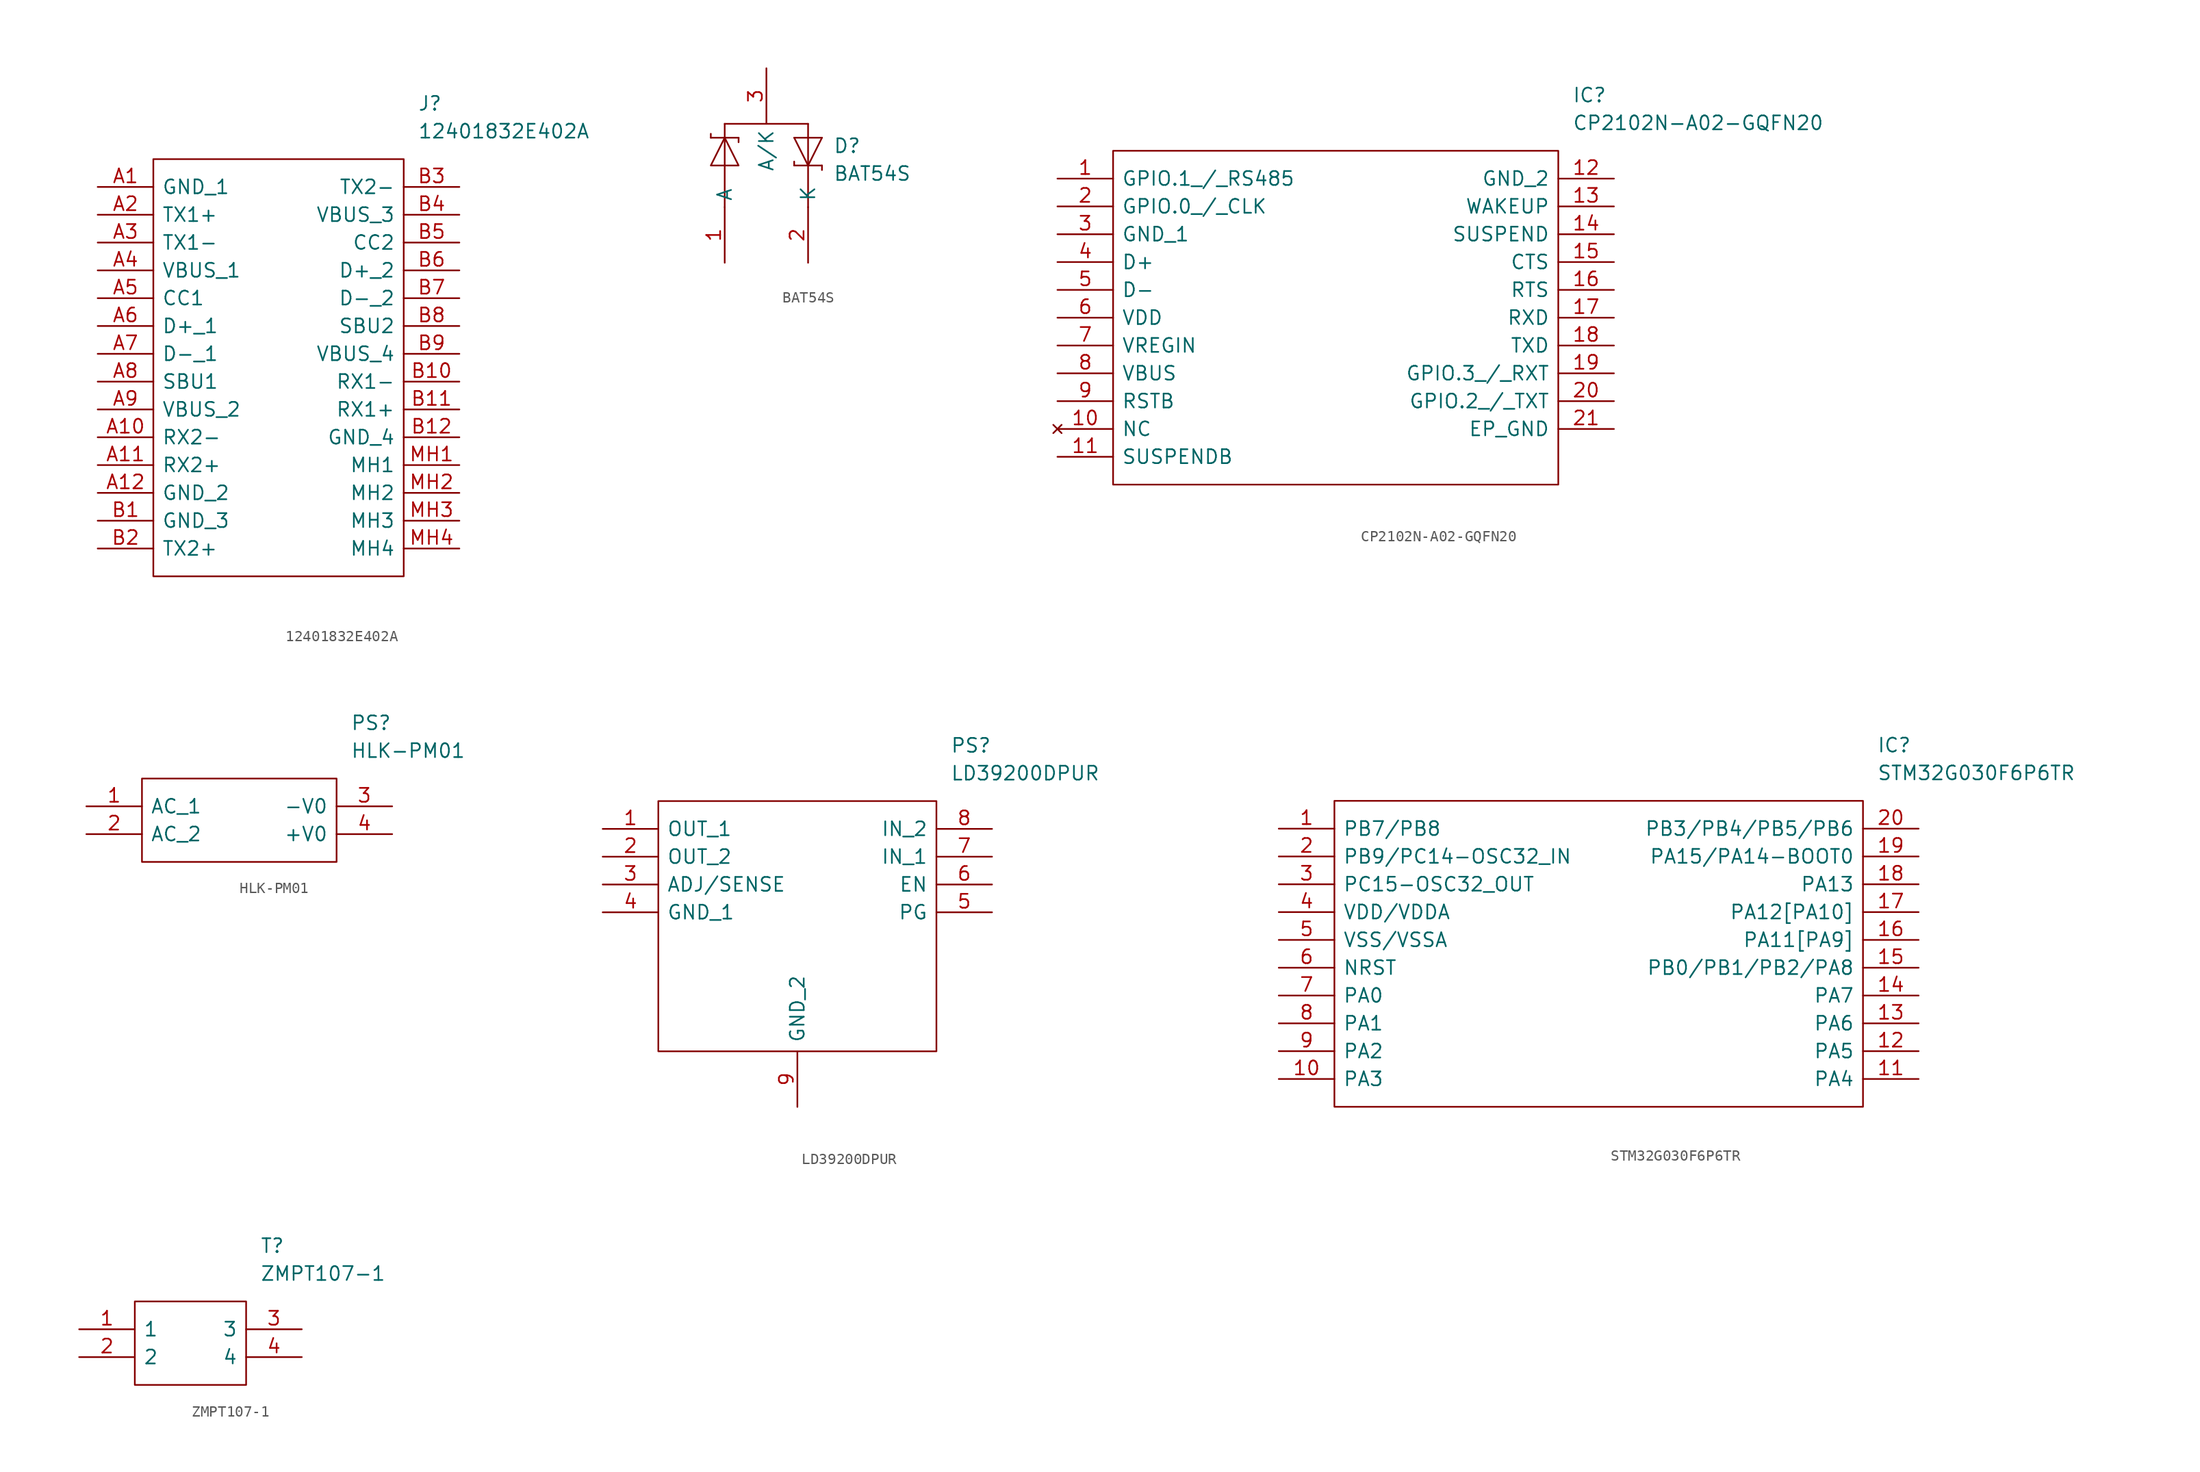
<source format=kicad_sym>
(kicad_symbol_lib
  (version 20231120)
  (generator "kicad_symbol_editor")
  (generator_version "8.0")
  (symbol "12401832E402A"
    (pin_names
      (offset 0.762))
    (property "Reference" "J"
      (at 29.21 7.62 0)
      (effects (font (size 1.27 1.27)) (justify left)))
    (property "Value" "12401832E402A"
      (at 29.21 5.08 0)
      (effects (font (size 1.27 1.27)) (justify left)))
    (symbol "12401832E402A_0_0"
      (pin passive line (at 0 0 0) (length 5.08) (name "GND_1" (effects (font (size 1.27 1.27)))) (number "A1" (effects (font (size 1.27 1.27)))))
      (pin passive line (at 0 -22.86 0) (length 5.08) (name "RX2-" (effects (font (size 1.27 1.27)))) (number "A10" (effects (font (size 1.27 1.27)))))
      (pin passive line (at 0 -25.4 0) (length 5.08) (name "RX2+" (effects (font (size 1.27 1.27)))) (number "A11" (effects (font (size 1.27 1.27)))))
      (pin passive line (at 0 -27.94 0) (length 5.08) (name "GND_2" (effects (font (size 1.27 1.27)))) (number "A12" (effects (font (size 1.27 1.27)))))
      (pin passive line (at 0 -2.54 0) (length 5.08) (name "TX1+" (effects (font (size 1.27 1.27)))) (number "A2" (effects (font (size 1.27 1.27)))))
      (pin passive line (at 0 -5.08 0) (length 5.08) (name "TX1-" (effects (font (size 1.27 1.27)))) (number "A3" (effects (font (size 1.27 1.27)))))
      (pin passive line (at 0 -7.62 0) (length 5.08) (name "VBUS_1" (effects (font (size 1.27 1.27)))) (number "A4" (effects (font (size 1.27 1.27)))))
      (pin passive line (at 0 -10.16 0) (length 5.08) (name "CC1" (effects (font (size 1.27 1.27)))) (number "A5" (effects (font (size 1.27 1.27)))))
      (pin passive line (at 0 -12.7 0) (length 5.08) (name "D+_1" (effects (font (size 1.27 1.27)))) (number "A6" (effects (font (size 1.27 1.27)))))
      (pin passive line (at 0 -15.24 0) (length 5.08) (name "D-_1" (effects (font (size 1.27 1.27)))) (number "A7" (effects (font (size 1.27 1.27)))))
      (pin passive line (at 0 -17.78 0) (length 5.08) (name "SBU1" (effects (font (size 1.27 1.27)))) (number "A8" (effects (font (size 1.27 1.27)))))
      (pin passive line (at 0 -20.32 0) (length 5.08) (name "VBUS_2" (effects (font (size 1.27 1.27)))) (number "A9" (effects (font (size 1.27 1.27)))))
      (pin passive line (at 0 -30.48 0) (length 5.08) (name "GND_3" (effects (font (size 1.27 1.27)))) (number "B1" (effects (font (size 1.27 1.27)))))
      (pin passive line (at 33.02 -17.78 180) (length 5.08) (name "RX1-" (effects (font (size 1.27 1.27)))) (number "B10" (effects (font (size 1.27 1.27)))))
      (pin passive line (at 33.02 -20.32 180) (length 5.08) (name "RX1+" (effects (font (size 1.27 1.27)))) (number "B11" (effects (font (size 1.27 1.27)))))
      (pin passive line (at 33.02 -22.86 180) (length 5.08) (name "GND_4" (effects (font (size 1.27 1.27)))) (number "B12" (effects (font (size 1.27 1.27)))))
      (pin passive line (at 0 -33.02 0) (length 5.08) (name "TX2+" (effects (font (size 1.27 1.27)))) (number "B2" (effects (font (size 1.27 1.27)))))
      (pin passive line (at 33.02 0 180) (length 5.08) (name "TX2-" (effects (font (size 1.27 1.27)))) (number "B3" (effects (font (size 1.27 1.27)))))
      (pin passive line (at 33.02 -2.54 180) (length 5.08) (name "VBUS_3" (effects (font (size 1.27 1.27)))) (number "B4" (effects (font (size 1.27 1.27)))))
      (pin passive line (at 33.02 -5.08 180) (length 5.08) (name "CC2" (effects (font (size 1.27 1.27)))) (number "B5" (effects (font (size 1.27 1.27)))))
      (pin passive line (at 33.02 -7.62 180) (length 5.08) (name "D+_2" (effects (font (size 1.27 1.27)))) (number "B6" (effects (font (size 1.27 1.27)))))
      (pin passive line (at 33.02 -10.16 180) (length 5.08) (name "D-_2" (effects (font (size 1.27 1.27)))) (number "B7" (effects (font (size 1.27 1.27)))))
      (pin passive line (at 33.02 -12.7 180) (length 5.08) (name "SBU2" (effects (font (size 1.27 1.27)))) (number "B8" (effects (font (size 1.27 1.27)))))
      (pin passive line (at 33.02 -15.24 180) (length 5.08) (name "VBUS_4" (effects (font (size 1.27 1.27)))) (number "B9" (effects (font (size 1.27 1.27)))))
      (pin passive line (at 33.02 -25.4 180) (length 5.08) (name "MH1" (effects (font (size 1.27 1.27)))) (number "MH1" (effects (font (size 1.27 1.27)))))
      (pin passive line (at 33.02 -27.94 180) (length 5.08) (name "MH2" (effects (font (size 1.27 1.27)))) (number "MH2" (effects (font (size 1.27 1.27)))))
      (pin passive line (at 33.02 -30.48 180) (length 5.08) (name "MH3" (effects (font (size 1.27 1.27)))) (number "MH3" (effects (font (size 1.27 1.27)))))
      (pin passive line (at 33.02 -33.02 180) (length 5.08) (name "MH4" (effects (font (size 1.27 1.27)))) (number "MH4" (effects (font (size 1.27 1.27))))))
    (symbol "12401832E402A_0_1"
      (polyline (pts (xy 5.08 2.54) (xy 27.94 2.54) (xy 27.94 -35.56) (xy 5.08 -35.56) (xy 5.08 2.54)) (stroke (width 0.152) (type solid)) (fill (type none)))))
  (symbol "BAT54S"
    (property "Reference" "D"
      (at 6.096 3.81 0)
      (effects (font (size 1.27 1.27)) (justify left top)))
    (property "Value" "BAT54S"
      (at 6.096 1.27 0)
      (effects (font (size 1.27 1.27)) (justify left top)))
    (symbol "BAT54S_0_1"
      (polyline (pts (xy -5.08 3.81) (xy -5.08 4.171)) (stroke (width 0) (type default)) (fill (type none)))
      (polyline (pts (xy -5.08 3.81) (xy -2.54 3.81)) (stroke (width 0) (type default)) (fill (type none)))
      (polyline (pts (xy -3.81 5.08) (xy -3.81 -2.54)) (stroke (width 0) (type default)) (fill (type none)))
      (polyline (pts (xy -3.81 5.08) (xy 3.81 5.08)) (stroke (width 0) (type default)) (fill (type none)))
      (polyline (pts (xy -2.54 3.81) (xy -2.543 3.395)) (stroke (width 0) (type default)) (fill (type none)))
      (polyline (pts (xy 2.54 1.27) (xy 2.54 1.27)) (stroke (width 0) (type default)) (fill (type none)))
      (polyline (pts (xy 2.54 1.27) (xy 2.54 1.631)) (stroke (width 0) (type default)) (fill (type none)))
      (polyline (pts (xy 2.54 1.27) (xy 5.08 1.27)) (stroke (width 0) (type default)) (fill (type none)))
      (polyline (pts (xy 2.54 3.81) (xy 5.08 3.81)) (stroke (width 0) (type default)) (fill (type none)))
      (polyline (pts (xy 3.81 5.08) (xy 3.81 -2.54)) (stroke (width 0) (type default)) (fill (type none)))
      (polyline (pts (xy 5.08 1.27) (xy 5.077 0.855)) (stroke (width 0) (type default)) (fill (type none)))
      (polyline (pts (xy 2.54 3.81) (xy 3.81 1.27) (xy 5.08 3.81)) (stroke (width 0) (type default)) (fill (type none)))
      (polyline (pts (xy -3.81 3.81) (xy -5.08 1.27) (xy -2.54 1.27) (xy -3.81 3.81)) (stroke (width 0) (type default)) (fill (type none))))
    (symbol "BAT54S_1_1"
      (pin passive line (at -3.81 -7.62 90) (length 5.08) (name "A" (effects (font (size 1.27 1.27)))) (number "1" (effects (font (size 1.27 1.27)))))
      (pin passive line (at 3.81 -7.62 90) (length 5.08) (name "K" (effects (font (size 1.27 1.27)))) (number "2" (effects (font (size 1.27 1.27)))))
      (pin passive line (at 0 10.16 270) (length 5.08) (name "A/K" (effects (font (size 1.27 1.27)))) (number "3" (effects (font (size 1.27 1.27)))))))
  (symbol "CP2102N-A02-GQFN20"
    (pin_names
      (offset 0.762))
    (property "Reference" "IC"
      (at 46.99 7.62 0)
      (effects (font (size 1.27 1.27)) (justify left)))
    (property "Value" "CP2102N-A02-GQFN20"
      (at 46.99 5.08 0)
      (effects (font (size 1.27 1.27)) (justify left)))
    (symbol "CP2102N-A02-GQFN20_0_0"
      (pin passive line (at 0 0 0) (length 5.08) (name "GPIO.1_/_RS485" (effects (font (size 1.27 1.27)))) (number "1" (effects (font (size 1.27 1.27)))))
      (pin no_connect line (at 0 -22.86 0) (length 5.08) (name "NC" (effects (font (size 1.27 1.27)))) (number "10" (effects (font (size 1.27 1.27)))))
      (pin passive line (at 0 -25.4 0) (length 5.08) (name "SUSPENDB" (effects (font (size 1.27 1.27)))) (number "11" (effects (font (size 1.27 1.27)))))
      (pin passive line (at 50.8 0 180) (length 5.08) (name "GND_2" (effects (font (size 1.27 1.27)))) (number "12" (effects (font (size 1.27 1.27)))))
      (pin passive line (at 50.8 -2.54 180) (length 5.08) (name "WAKEUP" (effects (font (size 1.27 1.27)))) (number "13" (effects (font (size 1.27 1.27)))))
      (pin passive line (at 50.8 -5.08 180) (length 5.08) (name "SUSPEND" (effects (font (size 1.27 1.27)))) (number "14" (effects (font (size 1.27 1.27)))))
      (pin passive line (at 50.8 -7.62 180) (length 5.08) (name "CTS" (effects (font (size 1.27 1.27)))) (number "15" (effects (font (size 1.27 1.27)))))
      (pin passive line (at 50.8 -10.16 180) (length 5.08) (name "RTS" (effects (font (size 1.27 1.27)))) (number "16" (effects (font (size 1.27 1.27)))))
      (pin passive line (at 50.8 -12.7 180) (length 5.08) (name "RXD" (effects (font (size 1.27 1.27)))) (number "17" (effects (font (size 1.27 1.27)))))
      (pin passive line (at 50.8 -15.24 180) (length 5.08) (name "TXD" (effects (font (size 1.27 1.27)))) (number "18" (effects (font (size 1.27 1.27)))))
      (pin passive line (at 50.8 -17.78 180) (length 5.08) (name "GPIO.3_/_RXT" (effects (font (size 1.27 1.27)))) (number "19" (effects (font (size 1.27 1.27)))))
      (pin passive line (at 0 -2.54 0) (length 5.08) (name "GPIO.0_/_CLK" (effects (font (size 1.27 1.27)))) (number "2" (effects (font (size 1.27 1.27)))))
      (pin passive line (at 50.8 -20.32 180) (length 5.08) (name "GPIO.2_/_TXT" (effects (font (size 1.27 1.27)))) (number "20" (effects (font (size 1.27 1.27)))))
      (pin passive line (at 50.8 -22.86 180) (length 5.08) (name "EP_GND" (effects (font (size 1.27 1.27)))) (number "21" (effects (font (size 1.27 1.27)))))
      (pin passive line (at 0 -5.08 0) (length 5.08) (name "GND_1" (effects (font (size 1.27 1.27)))) (number "3" (effects (font (size 1.27 1.27)))))
      (pin passive line (at 0 -7.62 0) (length 5.08) (name "D+" (effects (font (size 1.27 1.27)))) (number "4" (effects (font (size 1.27 1.27)))))
      (pin passive line (at 0 -10.16 0) (length 5.08) (name "D-" (effects (font (size 1.27 1.27)))) (number "5" (effects (font (size 1.27 1.27)))))
      (pin passive line (at 0 -12.7 0) (length 5.08) (name "VDD" (effects (font (size 1.27 1.27)))) (number "6" (effects (font (size 1.27 1.27)))))
      (pin passive line (at 0 -15.24 0) (length 5.08) (name "VREGIN" (effects (font (size 1.27 1.27)))) (number "7" (effects (font (size 1.27 1.27)))))
      (pin passive line (at 0 -17.78 0) (length 5.08) (name "VBUS" (effects (font (size 1.27 1.27)))) (number "8" (effects (font (size 1.27 1.27)))))
      (pin passive line (at 0 -20.32 0) (length 5.08) (name "RSTB" (effects (font (size 1.27 1.27)))) (number "9" (effects (font (size 1.27 1.27))))))
    (symbol "CP2102N-A02-GQFN20_0_1"
      (polyline (pts (xy 5.08 2.54) (xy 45.72 2.54) (xy 45.72 -27.94) (xy 5.08 -27.94) (xy 5.08 2.54)) (stroke (width 0.152) (type solid)) (fill (type none)))))
  (symbol "HLK-PM01"
    (pin_names
      (offset 0.762))
    (property "Reference" "PS"
      (at 24.13 7.62 0)
      (effects (font (size 1.27 1.27)) (justify left)))
    (property "Value" "HLK-PM01"
      (at 24.13 5.08 0)
      (effects (font (size 1.27 1.27)) (justify left)))
    (symbol "HLK-PM01_0_0"
      (pin passive line (at 0 0 0) (length 5.08) (name "AC_1" (effects (font (size 1.27 1.27)))) (number "1" (effects (font (size 1.27 1.27)))))
      (pin passive line (at 0 -2.54 0) (length 5.08) (name "AC_2" (effects (font (size 1.27 1.27)))) (number "2" (effects (font (size 1.27 1.27)))))
      (pin passive line (at 27.94 0 180) (length 5.08) (name "-V0" (effects (font (size 1.27 1.27)))) (number "3" (effects (font (size 1.27 1.27)))))
      (pin passive line (at 27.94 -2.54 180) (length 5.08) (name "+V0" (effects (font (size 1.27 1.27)))) (number "4" (effects (font (size 1.27 1.27))))))
    (symbol "HLK-PM01_0_1"
      (polyline (pts (xy 5.08 2.54) (xy 22.86 2.54) (xy 22.86 -5.08) (xy 5.08 -5.08) (xy 5.08 2.54)) (stroke (width 0.152) (type solid)) (fill (type none)))))
  (symbol "LD39200DPUR"
    (pin_names
      (offset 0.762))
    (property "Reference" "PS"
      (at 31.75 7.62 0)
      (effects (font (size 1.27 1.27)) (justify left)))
    (property "Value" "LD39200DPUR"
      (at 31.75 5.08 0)
      (effects (font (size 1.27 1.27)) (justify left)))
    (symbol "LD39200DPUR_0_0"
      (pin passive line (at 0 0 0) (length 5.08) (name "OUT_1" (effects (font (size 1.27 1.27)))) (number "1" (effects (font (size 1.27 1.27)))))
      (pin passive line (at 0 -2.54 0) (length 5.08) (name "OUT_2" (effects (font (size 1.27 1.27)))) (number "2" (effects (font (size 1.27 1.27)))))
      (pin passive line (at 0 -5.08 0) (length 5.08) (name "ADJ/SENSE" (effects (font (size 1.27 1.27)))) (number "3" (effects (font (size 1.27 1.27)))))
      (pin passive line (at 0 -7.62 0) (length 5.08) (name "GND_1" (effects (font (size 1.27 1.27)))) (number "4" (effects (font (size 1.27 1.27)))))
      (pin passive line (at 35.56 -7.62 180) (length 5.08) (name "PG" (effects (font (size 1.27 1.27)))) (number "5" (effects (font (size 1.27 1.27)))))
      (pin passive line (at 35.56 -5.08 180) (length 5.08) (name "EN" (effects (font (size 1.27 1.27)))) (number "6" (effects (font (size 1.27 1.27)))))
      (pin passive line (at 35.56 -2.54 180) (length 5.08) (name "IN_1" (effects (font (size 1.27 1.27)))) (number "7" (effects (font (size 1.27 1.27)))))
      (pin passive line (at 35.56 0 180) (length 5.08) (name "IN_2" (effects (font (size 1.27 1.27)))) (number "8" (effects (font (size 1.27 1.27)))))
      (pin passive line (at 17.78 -25.4 90) (length 5.08) (name "GND_2" (effects (font (size 1.27 1.27)))) (number "9" (effects (font (size 1.27 1.27))))))
    (symbol "LD39200DPUR_0_1"
      (polyline (pts (xy 5.08 2.54) (xy 30.48 2.54) (xy 30.48 -20.32) (xy 5.08 -20.32) (xy 5.08 2.54)) (stroke (width 0.152) (type solid)) (fill (type none)))))
  (symbol "STM32G030F6P6TR"
    (pin_names
      (offset 0.762))
    (property "Reference" "IC"
      (at 54.61 7.62 0)
      (effects (font (size 1.27 1.27)) (justify left)))
    (property "Value" "STM32G030F6P6TR"
      (at 54.61 5.08 0)
      (effects (font (size 1.27 1.27)) (justify left)))
    (symbol "STM32G030F6P6TR_0_0"
      (pin passive line (at 0 0 0) (length 5.08) (name "PB7/PB8" (effects (font (size 1.27 1.27)))) (number "1" (effects (font (size 1.27 1.27)))))
      (pin passive line (at 0 -22.86 0) (length 5.08) (name "PA3" (effects (font (size 1.27 1.27)))) (number "10" (effects (font (size 1.27 1.27)))))
      (pin passive line (at 58.42 -22.86 180) (length 5.08) (name "PA4" (effects (font (size 1.27 1.27)))) (number "11" (effects (font (size 1.27 1.27)))))
      (pin passive line (at 58.42 -20.32 180) (length 5.08) (name "PA5" (effects (font (size 1.27 1.27)))) (number "12" (effects (font (size 1.27 1.27)))))
      (pin passive line (at 58.42 -17.78 180) (length 5.08) (name "PA6" (effects (font (size 1.27 1.27)))) (number "13" (effects (font (size 1.27 1.27)))))
      (pin passive line (at 58.42 -15.24 180) (length 5.08) (name "PA7" (effects (font (size 1.27 1.27)))) (number "14" (effects (font (size 1.27 1.27)))))
      (pin passive line (at 58.42 -12.7 180) (length 5.08) (name "PB0/PB1/PB2/PA8" (effects (font (size 1.27 1.27)))) (number "15" (effects (font (size 1.27 1.27)))))
      (pin passive line (at 58.42 -10.16 180) (length 5.08) (name "PA11[PA9]" (effects (font (size 1.27 1.27)))) (number "16" (effects (font (size 1.27 1.27)))))
      (pin passive line (at 58.42 -7.62 180) (length 5.08) (name "PA12[PA10]" (effects (font (size 1.27 1.27)))) (number "17" (effects (font (size 1.27 1.27)))))
      (pin passive line (at 58.42 -5.08 180) (length 5.08) (name "PA13" (effects (font (size 1.27 1.27)))) (number "18" (effects (font (size 1.27 1.27)))))
      (pin passive line (at 58.42 -2.54 180) (length 5.08) (name "PA15/PA14-BOOT0" (effects (font (size 1.27 1.27)))) (number "19" (effects (font (size 1.27 1.27)))))
      (pin passive line (at 0 -2.54 0) (length 5.08) (name "PB9/PC14-OSC32_IN" (effects (font (size 1.27 1.27)))) (number "2" (effects (font (size 1.27 1.27)))))
      (pin passive line (at 58.42 0 180) (length 5.08) (name "PB3/PB4/PB5/PB6" (effects (font (size 1.27 1.27)))) (number "20" (effects (font (size 1.27 1.27)))))
      (pin passive line (at 0 -5.08 0) (length 5.08) (name "PC15-OSC32_OUT" (effects (font (size 1.27 1.27)))) (number "3" (effects (font (size 1.27 1.27)))))
      (pin passive line (at 0 -7.62 0) (length 5.08) (name "VDD/VDDA" (effects (font (size 1.27 1.27)))) (number "4" (effects (font (size 1.27 1.27)))))
      (pin passive line (at 0 -10.16 0) (length 5.08) (name "VSS/VSSA" (effects (font (size 1.27 1.27)))) (number "5" (effects (font (size 1.27 1.27)))))
      (pin passive line (at 0 -12.7 0) (length 5.08) (name "NRST" (effects (font (size 1.27 1.27)))) (number "6" (effects (font (size 1.27 1.27)))))
      (pin passive line (at 0 -15.24 0) (length 5.08) (name "PA0" (effects (font (size 1.27 1.27)))) (number "7" (effects (font (size 1.27 1.27)))))
      (pin passive line (at 0 -17.78 0) (length 5.08) (name "PA1" (effects (font (size 1.27 1.27)))) (number "8" (effects (font (size 1.27 1.27)))))
      (pin passive line (at 0 -20.32 0) (length 5.08) (name "PA2" (effects (font (size 1.27 1.27)))) (number "9" (effects (font (size 1.27 1.27))))))
    (symbol "STM32G030F6P6TR_0_1"
      (polyline (pts (xy 5.08 2.54) (xy 53.34 2.54) (xy 53.34 -25.4) (xy 5.08 -25.4) (xy 5.08 2.54)) (stroke (width 0.152) (type solid)) (fill (type none)))))
  (symbol "ZMPT107-1"
    (pin_names
      (offset 0.762))
    (property "Reference" "T"
      (at 16.51 7.62 0)
      (effects (font (size 1.27 1.27)) (justify left)))
    (property "Value" "ZMPT107-1"
      (at 16.51 5.08 0)
      (effects (font (size 1.27 1.27)) (justify left)))
    (symbol "ZMPT107-1_0_0"
      (pin passive line (at 0 0 0) (length 5.08) (name "1" (effects (font (size 1.27 1.27)))) (number "1" (effects (font (size 1.27 1.27)))))
      (pin passive line (at 0 -2.54 0) (length 5.08) (name "2" (effects (font (size 1.27 1.27)))) (number "2" (effects (font (size 1.27 1.27)))))
      (pin passive line (at 20.32 0 180) (length 5.08) (name "3" (effects (font (size 1.27 1.27)))) (number "3" (effects (font (size 1.27 1.27)))))
      (pin passive line (at 20.32 -2.54 180) (length 5.08) (name "4" (effects (font (size 1.27 1.27)))) (number "4" (effects (font (size 1.27 1.27))))))
    (symbol "ZMPT107-1_0_1"
      (polyline (pts (xy 5.08 2.54) (xy 15.24 2.54) (xy 15.24 -5.08) (xy 5.08 -5.08) (xy 5.08 2.54)) (stroke (width 0.152) (type solid)) (fill (type none))))))
</source>
